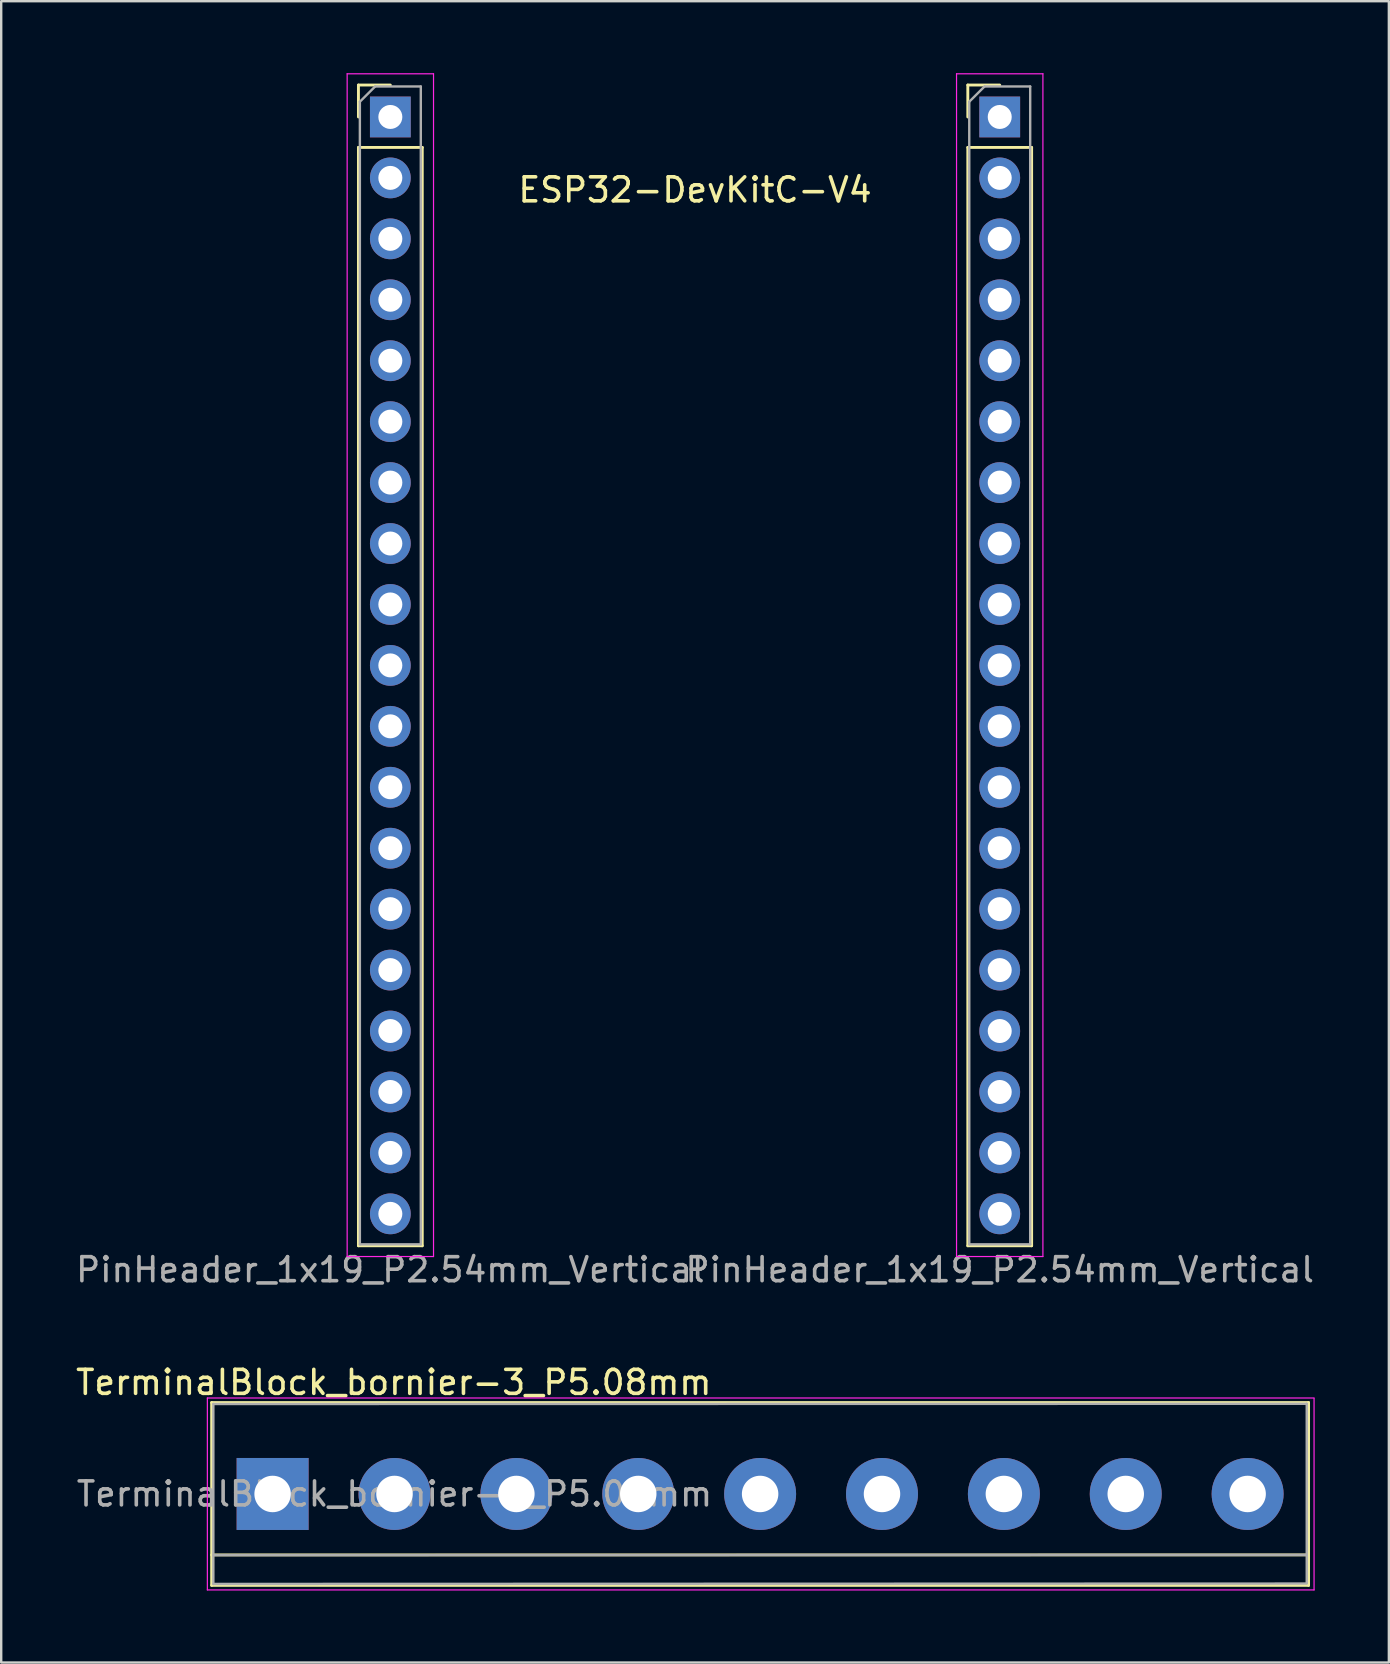
<source format=kicad_pcb>
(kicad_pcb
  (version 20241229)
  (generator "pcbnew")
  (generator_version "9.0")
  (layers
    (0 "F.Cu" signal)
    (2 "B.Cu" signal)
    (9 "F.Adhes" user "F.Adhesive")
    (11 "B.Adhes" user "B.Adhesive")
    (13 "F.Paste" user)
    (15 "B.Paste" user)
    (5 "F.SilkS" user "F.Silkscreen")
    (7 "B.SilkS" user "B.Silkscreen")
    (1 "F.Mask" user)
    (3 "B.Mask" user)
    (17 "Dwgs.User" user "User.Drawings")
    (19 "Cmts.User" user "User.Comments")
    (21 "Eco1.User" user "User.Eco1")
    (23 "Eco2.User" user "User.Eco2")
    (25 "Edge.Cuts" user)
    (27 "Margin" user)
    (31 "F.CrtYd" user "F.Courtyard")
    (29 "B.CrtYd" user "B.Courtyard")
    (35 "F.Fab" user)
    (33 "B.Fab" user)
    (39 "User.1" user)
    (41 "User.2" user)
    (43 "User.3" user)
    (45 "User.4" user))
  (footprint "TerminalBlock_bornier-3_P5.08mm"
    (layer "F.Cu")
    (at 28.633 59.221)
    (property "Reference" "TerminalBlock_bornier-3_P5.08mm" (at -15.27 -4.65 0) (layer "F.SilkS") (effects (font (size 1 1) (thickness 0.15))))
    (attr through_hole)
    (fp_line (start -22.86 -3.81) (end 22.86 -3.81) (stroke (width 0.12) (type solid)) (layer "F.SilkS"))
    (fp_line (start -22.86 2.54) (end 22.86 2.54) (stroke (width 0.12) (type solid)) (layer "F.SilkS"))
    (fp_line (start -22.86 3.81) (end -22.86 -3.81) (stroke (width 0.12) (type solid)) (layer "F.SilkS"))
    (fp_line (start -22.86 3.81) (end 22.86 3.81) (stroke (width 0.12) (type solid)) (layer "F.SilkS"))
    (fp_line (start 22.86 3.81) (end 22.86 -3.81) (stroke (width 0.12) (type solid)) (layer "F.SilkS"))
    (fp_line (start -23.04 -4) (end -23.04 4) (stroke (width 0.05) (type solid)) (layer "F.CrtYd"))
    (fp_line (start -23.04 -4) (end 23.089 -4) (stroke (width 0.05) (type solid)) (layer "F.CrtYd"))
    (fp_line (start 23.089 4) (end -23.04 4) (stroke (width 0.05) (type solid)) (layer "F.CrtYd"))
    (fp_line (start 23.089 4) (end 23.089 -3.988) (stroke (width 0.05) (type solid)) (layer "F.CrtYd"))
    (fp_line (start -22.79 -3.75) (end 22.784 -3.759) (stroke (width 0.1) (type solid)) (layer "F.Fab"))
    (fp_line (start -22.79 2.55) (end 22.784 2.54) (stroke (width 0.1) (type solid)) (layer "F.Fab"))
    (fp_line (start -22.79 3.75) (end -22.79 -3.75) (stroke (width 0.1) (type solid)) (layer "F.Fab"))
    (fp_line (start 22.784 -3.759) (end 22.784 3.708) (stroke (width 0.1) (type solid)) (layer "F.Fab"))
    (fp_line (start 22.784 3.734) (end -22.79 3.75) (stroke (width 0.1) (type solid)) (layer "F.Fab"))
    (fp_text user "${REFERENCE}" (at -15.24 0 0) (layer "F.Fab") (effects (font (size 1 1) (thickness 0.15))))
    (pad "1" thru_hole rect (at -20.32 0) (size 3 3) (drill 1.52) (layers "*.Cu" "*.Mask"))
    (pad "2" thru_hole circle (at -15.24 0) (size 3 3) (drill 1.52) (layers "*.Cu" "*.Mask"))
    (pad "3" thru_hole circle (at -10.16 0) (size 3 3) (drill 1.52) (layers "*.Cu" "*.Mask"))
    (pad "4" thru_hole circle (at -5.08 0) (size 3 3) (drill 1.52) (layers "*.Cu" "*.Mask"))
    (pad "5" thru_hole circle (at 0 0) (size 3 3) (drill 1.52) (layers "*.Cu" "*.Mask"))
    (pad "6" thru_hole circle (at 5.08 0) (size 3 3) (drill 1.52) (layers "*.Cu" "*.Mask"))
    (pad "7" thru_hole circle (at 10.16 0) (size 3 3) (drill 1.52) (layers "*.Cu" "*.Mask"))
    (pad "8" thru_hole circle (at 15.24 0) (size 3 3) (drill 1.52) (layers "*.Cu" "*.Mask"))
    (pad "9" thru_hole circle (at 20.32 0) (size 3 3) (drill 1.52) (layers "*.Cu" "*.Mask")))
  (footprint "ESP32-DevKitC-V4"
    (layer "F.Cu")
    (at 25.92 24.685)
    (property "Reference" "ESP32-DevKitC-V4" (at 0 -19.82 0) (layer "F.SilkS") (effects (font (size 1 1) (thickness 0.15))))
    (attr through_hole)
    (fp_line (start -14.03 -24.19) (end -12.7 -24.19) (stroke (width 0.12) (type solid)) (layer "F.SilkS"))
    (fp_line (start -14.03 -22.86) (end -14.03 -24.19) (stroke (width 0.12) (type solid)) (layer "F.SilkS"))
    (fp_line (start -14.03 -21.59) (end -14.03 24.19) (stroke (width 0.12) (type solid)) (layer "F.SilkS"))
    (fp_line (start -14.03 -21.59) (end -11.37 -21.59) (stroke (width 0.12) (type solid)) (layer "F.SilkS"))
    (fp_line (start -14.03 24.19) (end -11.37 24.19) (stroke (width 0.12) (type solid)) (layer "F.SilkS"))
    (fp_line (start -11.37 -21.59) (end -11.37 24.19) (stroke (width 0.12) (type solid)) (layer "F.SilkS"))
    (fp_line (start 11.37 -24.19) (end 12.7 -24.19) (stroke (width 0.12) (type solid)) (layer "F.SilkS"))
    (fp_line (start 11.37 -22.86) (end 11.37 -24.19) (stroke (width 0.12) (type solid)) (layer "F.SilkS"))
    (fp_line (start 11.37 -21.59) (end 11.37 24.19) (stroke (width 0.12) (type solid)) (layer "F.SilkS"))
    (fp_line (start 11.37 -21.59) (end 14.03 -21.59) (stroke (width 0.12) (type solid)) (layer "F.SilkS"))
    (fp_line (start 11.37 24.19) (end 14.03 24.19) (stroke (width 0.12) (type solid)) (layer "F.SilkS"))
    (fp_line (start 14.03 -21.59) (end 14.03 24.19) (stroke (width 0.12) (type solid)) (layer "F.SilkS"))
    (fp_line (start -14.5 -24.66) (end -14.5 24.64) (stroke (width 0.05) (type solid)) (layer "F.CrtYd"))
    (fp_line (start -14.5 24.64) (end -10.9 24.64) (stroke (width 0.05) (type solid)) (layer "F.CrtYd"))
    (fp_line (start -10.9 -24.66) (end -14.5 -24.66) (stroke (width 0.05) (type solid)) (layer "F.CrtYd"))
    (fp_line (start -10.9 24.64) (end -10.9 -24.66) (stroke (width 0.05) (type solid)) (layer "F.CrtYd"))
    (fp_line (start 10.9 -24.66) (end 10.9 24.64) (stroke (width 0.05) (type solid)) (layer "F.CrtYd"))
    (fp_line (start 10.9 24.64) (end 14.5 24.64) (stroke (width 0.05) (type solid)) (layer "F.CrtYd"))
    (fp_line (start 14.5 -24.66) (end 10.9 -24.66) (stroke (width 0.05) (type solid)) (layer "F.CrtYd"))
    (fp_line (start 14.5 24.64) (end 14.5 -24.66) (stroke (width 0.05) (type solid)) (layer "F.CrtYd"))
    (fp_line (start -13.97 -23.495) (end -13.335 -24.13) (stroke (width 0.1) (type solid)) (layer "F.Fab"))
    (fp_line (start -13.97 24.13) (end -13.97 -23.495) (stroke (width 0.1) (type solid)) (layer "F.Fab"))
    (fp_line (start -13.335 -24.13) (end -11.43 -24.13) (stroke (width 0.1) (type solid)) (layer "F.Fab"))
    (fp_line (start -11.43 -24.13) (end -11.43 24.13) (stroke (width 0.1) (type solid)) (layer "F.Fab"))
    (fp_line (start -11.43 24.13) (end -13.97 24.13) (stroke (width 0.1) (type solid)) (layer "F.Fab"))
    (fp_line (start 11.43 -23.495) (end 12.065 -24.13) (stroke (width 0.1) (type solid)) (layer "F.Fab"))
    (fp_line (start 11.43 24.13) (end 11.43 -23.495) (stroke (width 0.1) (type solid)) (layer "F.Fab"))
    (fp_line (start 12.065 -24.13) (end 13.97 -24.13) (stroke (width 0.1) (type solid)) (layer "F.Fab"))
    (fp_line (start 13.97 -24.13) (end 13.97 24.13) (stroke (width 0.1) (type solid)) (layer "F.Fab"))
    (fp_line (start 13.97 24.13) (end 11.43 24.13) (stroke (width 0.1) (type solid)) (layer "F.Fab"))
    (fp_text user "PinHeader_1x19_P2.54mm_Vertical" (at 12.7 25.19 0) (layer "F.Fab") (effects (font (size 1 1) (thickness 0.15))))
    (fp_text user "PinHeader_1x19_P2.54mm_Vertical" (at -12.7 25.19 0) (layer "F.Fab") (effects (font (size 1 1) (thickness 0.15))))
    (pad "1" thru_hole rect (at -12.7 -22.86) (size 1.7 1.7) (drill 1) (layers "*.Cu" "*.Mask"))
    (pad "2" thru_hole oval (at -12.7 -20.32) (size 1.7 1.7) (drill 1) (layers "*.Cu" "*.Mask"))
    (pad "3" thru_hole oval (at -12.7 -17.78) (size 1.7 1.7) (drill 1) (layers "*.Cu" "*.Mask"))
    (pad "4" thru_hole oval (at -12.7 -15.24) (size 1.7 1.7) (drill 1) (layers "*.Cu" "*.Mask"))
    (pad "5" thru_hole oval (at -12.7 -12.7) (size 1.7 1.7) (drill 1) (layers "*.Cu" "*.Mask"))
    (pad "6" thru_hole oval (at -12.7 -10.16) (size 1.7 1.7) (drill 1) (layers "*.Cu" "*.Mask"))
    (pad "7" thru_hole oval (at -12.7 -7.62) (size 1.7 1.7) (drill 1) (layers "*.Cu" "*.Mask"))
    (pad "8" thru_hole oval (at -12.7 -5.08) (size 1.7 1.7) (drill 1) (layers "*.Cu" "*.Mask"))
    (pad "9" thru_hole oval (at -12.7 -2.54) (size 1.7 1.7) (drill 1) (layers "*.Cu" "*.Mask"))
    (pad "10" thru_hole oval (at -12.7 0) (size 1.7 1.7) (drill 1) (layers "*.Cu" "*.Mask"))
    (pad "11" thru_hole oval (at -12.7 2.54) (size 1.7 1.7) (drill 1) (layers "*.Cu" "*.Mask"))
    (pad "12" thru_hole oval (at -12.7 5.08) (size 1.7 1.7) (drill 1) (layers "*.Cu" "*.Mask"))
    (pad "13" thru_hole oval (at -12.7 7.62) (size 1.7 1.7) (drill 1) (layers "*.Cu" "*.Mask"))
    (pad "14" thru_hole oval (at -12.7 10.16) (size 1.7 1.7) (drill 1) (layers "*.Cu" "*.Mask"))
    (pad "15" thru_hole oval (at -12.7 12.7) (size 1.7 1.7) (drill 1) (layers "*.Cu" "*.Mask"))
    (pad "16" thru_hole oval (at -12.7 15.24) (size 1.7 1.7) (drill 1) (layers "*.Cu" "*.Mask"))
    (pad "17" thru_hole oval (at -12.7 17.78) (size 1.7 1.7) (drill 1) (layers "*.Cu" "*.Mask"))
    (pad "18" thru_hole oval (at -12.7 20.32) (size 1.7 1.7) (drill 1) (layers "*.Cu" "*.Mask"))
    (pad "19" thru_hole oval (at -12.7 22.86) (size 1.7 1.7) (drill 1) (layers "*.Cu" "*.Mask"))
    (pad "20" thru_hole rect (at 12.7 -22.86) (size 1.7 1.7) (drill 1) (layers "*.Cu" "*.Mask"))
    (pad "21" thru_hole oval (at 12.7 -20.32) (size 1.7 1.7) (drill 1) (layers "*.Cu" "*.Mask"))
    (pad "22" thru_hole oval (at 12.7 -17.78) (size 1.7 1.7) (drill 1) (layers "*.Cu" "*.Mask"))
    (pad "23" thru_hole oval (at 12.7 -15.24) (size 1.7 1.7) (drill 1) (layers "*.Cu" "*.Mask"))
    (pad "24" thru_hole oval (at 12.7 -12.7) (size 1.7 1.7) (drill 1) (layers "*.Cu" "*.Mask"))
    (pad "25" thru_hole oval (at 12.7 -10.16) (size 1.7 1.7) (drill 1) (layers "*.Cu" "*.Mask"))
    (pad "26" thru_hole oval (at 12.7 -7.62) (size 1.7 1.7) (drill 1) (layers "*.Cu" "*.Mask"))
    (pad "27" thru_hole oval (at 12.7 -5.08) (size 1.7 1.7) (drill 1) (layers "*.Cu" "*.Mask"))
    (pad "28" thru_hole oval (at 12.7 -2.54) (size 1.7 1.7) (drill 1) (layers "*.Cu" "*.Mask"))
    (pad "29" thru_hole oval (at 12.7 0) (size 1.7 1.7) (drill 1) (layers "*.Cu" "*.Mask"))
    (pad "30" thru_hole oval (at 12.7 2.54) (size 1.7 1.7) (drill 1) (layers "*.Cu" "*.Mask"))
    (pad "31" thru_hole oval (at 12.7 5.08) (size 1.7 1.7) (drill 1) (layers "*.Cu" "*.Mask"))
    (pad "32" thru_hole oval (at 12.7 7.62) (size 1.7 1.7) (drill 1) (layers "*.Cu" "*.Mask"))
    (pad "33" thru_hole oval (at 12.7 10.16) (size 1.7 1.7) (drill 1) (layers "*.Cu" "*.Mask"))
    (pad "34" thru_hole oval (at 12.7 12.7) (size 1.7 1.7) (drill 1) (layers "*.Cu" "*.Mask"))
    (pad "35" thru_hole oval (at 12.7 15.24) (size 1.7 1.7) (drill 1) (layers "*.Cu" "*.Mask"))
    (pad "36" thru_hole oval (at 12.7 17.78) (size 1.7 1.7) (drill 1) (layers "*.Cu" "*.Mask"))
    (pad "37" thru_hole oval (at 12.7 20.32) (size 1.7 1.7) (drill 1) (layers "*.Cu" "*.Mask"))
    (pad "38" thru_hole oval (at 12.7 22.86) (size 1.7 1.7) (drill 1) (layers "*.Cu" "*.Mask")))
  (gr_rect
    (start -3 -3)
    (end 54.84 66.246)
    (stroke (width 0.1) (type default))
    (fill no)
    (layer "Edge.Cuts")))
</source>
